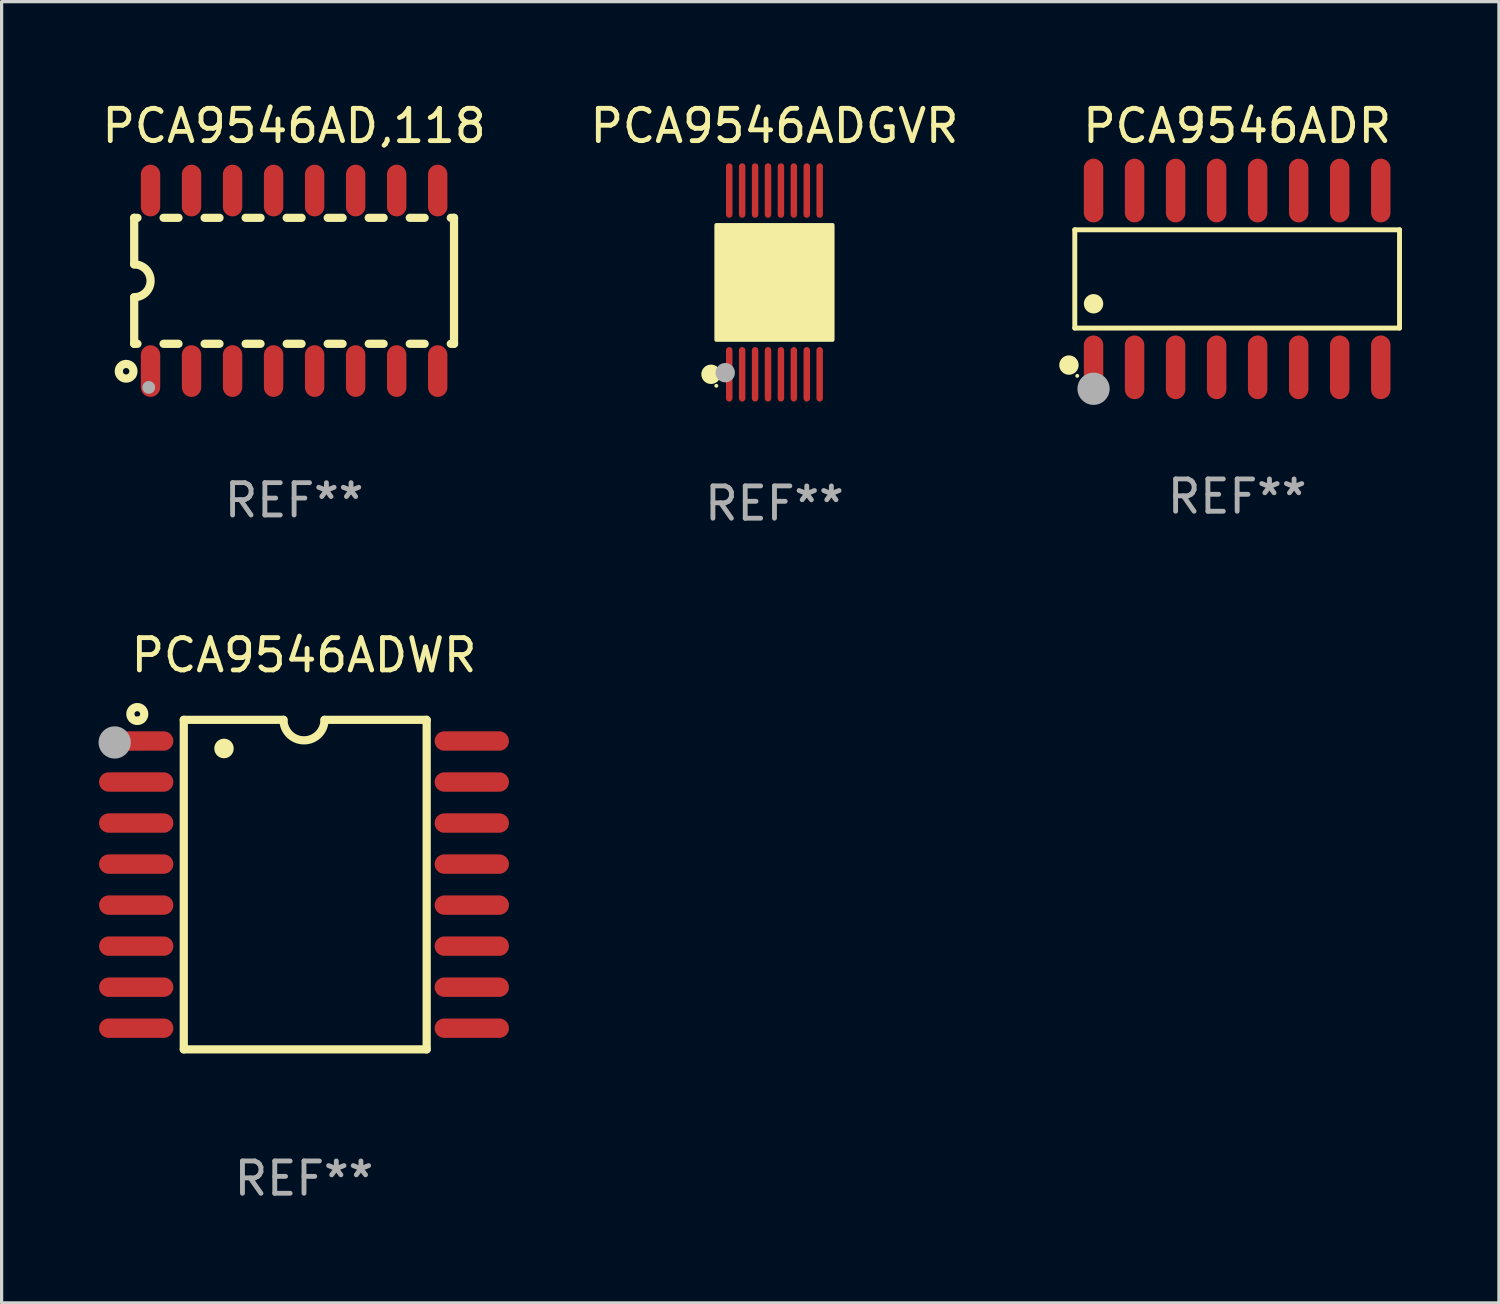
<source format=kicad_pcb>
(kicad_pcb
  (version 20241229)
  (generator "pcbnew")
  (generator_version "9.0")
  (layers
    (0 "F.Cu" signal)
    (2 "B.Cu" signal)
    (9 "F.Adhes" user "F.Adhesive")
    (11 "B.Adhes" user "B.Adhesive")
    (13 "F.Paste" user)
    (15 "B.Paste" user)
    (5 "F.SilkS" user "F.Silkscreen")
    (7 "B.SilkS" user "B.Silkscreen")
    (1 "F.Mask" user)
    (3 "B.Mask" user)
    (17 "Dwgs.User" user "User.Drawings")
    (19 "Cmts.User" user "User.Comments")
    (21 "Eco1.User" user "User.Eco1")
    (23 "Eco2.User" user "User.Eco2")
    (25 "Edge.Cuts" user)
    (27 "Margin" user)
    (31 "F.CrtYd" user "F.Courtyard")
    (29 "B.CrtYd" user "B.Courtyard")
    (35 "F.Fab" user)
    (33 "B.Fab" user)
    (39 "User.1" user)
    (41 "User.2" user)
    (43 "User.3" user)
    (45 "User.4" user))
  (footprint "PCA9546AD,118"
    (layer "F.Cu")
    (at 6.054 5.642)
    (property "Reference" "PCA9546AD,118" (at 0 -4.794 0) (layer "F.SilkS") (effects (font (size 1 1) (thickness 0.15))))
    (attr through_hole)
    (fp_line (start -4.95 -1.95) (end -4.95 -0.508) (stroke (width 0.254) (type solid)) (layer "F.SilkS"))
    (fp_line (start -4.95 -1.95) (end -4.849 -1.95) (stroke (width 0.254) (type solid)) (layer "F.SilkS"))
    (fp_line (start -4.95 1.95) (end -4.95 0.508) (stroke (width 0.254) (type solid)) (layer "F.SilkS"))
    (fp_line (start -4.95 1.95) (end -4.849 1.95) (stroke (width 0.254) (type solid)) (layer "F.SilkS"))
    (fp_line (start -4.041 -1.95) (end -3.579 -1.95) (stroke (width 0.254) (type solid)) (layer "F.SilkS"))
    (fp_line (start -4.041 1.95) (end -3.579 1.95) (stroke (width 0.254) (type solid)) (layer "F.SilkS"))
    (fp_line (start -2.771 -1.95) (end -2.309 -1.95) (stroke (width 0.254) (type solid)) (layer "F.SilkS"))
    (fp_line (start -2.771 1.95) (end -2.309 1.95) (stroke (width 0.254) (type solid)) (layer "F.SilkS"))
    (fp_line (start -1.501 -1.95) (end -1.039 -1.95) (stroke (width 0.254) (type solid)) (layer "F.SilkS"))
    (fp_line (start -1.501 1.95) (end -1.039 1.95) (stroke (width 0.254) (type solid)) (layer "F.SilkS"))
    (fp_line (start -0.231 -1.95) (end 0.231 -1.95) (stroke (width 0.254) (type solid)) (layer "F.SilkS"))
    (fp_line (start -0.231 1.95) (end 0.231 1.95) (stroke (width 0.254) (type solid)) (layer "F.SilkS"))
    (fp_line (start 1.039 -1.95) (end 1.501 -1.95) (stroke (width 0.254) (type solid)) (layer "F.SilkS"))
    (fp_line (start 1.039 1.95) (end 1.501 1.95) (stroke (width 0.254) (type solid)) (layer "F.SilkS"))
    (fp_line (start 2.309 -1.95) (end 2.771 -1.95) (stroke (width 0.254) (type solid)) (layer "F.SilkS"))
    (fp_line (start 2.309 1.95) (end 2.771 1.95) (stroke (width 0.254) (type solid)) (layer "F.SilkS"))
    (fp_line (start 3.579 -1.95) (end 4.041 -1.95) (stroke (width 0.254) (type solid)) (layer "F.SilkS"))
    (fp_line (start 3.579 1.95) (end 4.041 1.95) (stroke (width 0.254) (type solid)) (layer "F.SilkS"))
    (fp_line (start 4.849 -1.95) (end 4.95 -1.95) (stroke (width 0.254) (type solid)) (layer "F.SilkS"))
    (fp_line (start 4.849 1.95) (end 4.95 1.95) (stroke (width 0.254) (type solid)) (layer "F.SilkS"))
    (fp_line (start 4.95 -1.95) (end 4.95 1.95) (stroke (width 0.254) (type solid)) (layer "F.SilkS"))
    (fp_arc (start -4.95047 -0.508001) (mid -4.442469 -0.000228) (end -4.950013 0.508001) (stroke (width 0.254001) (type solid)) (layer "F.SilkS"))
    (fp_circle (center -5.2 2.8) (end -5.1 2.8) (stroke (width 0.254) (type solid)) (fill no) (layer "F.SilkS"))
    (fp_circle (center -4.95 2.947) (end -4.92 2.947) (stroke (width 0.06) (type solid)) (fill no) (layer "F.SilkS"))
    (fp_circle (center -4.5 3.3) (end -4.4 3.3) (stroke (width 0.2) (type solid)) (fill no) (layer "F.Fab"))
    (fp_text user "REF**" (at 0 6.794 0) (layer "F.Fab") (effects (font (size 1 1) (thickness 0.15))))
    (pad "1" smd oval (at -4.445 2.794) (size 0.6 1.6) (layers "F.Cu" "F.Mask" "F.Paste"))
    (pad "2" smd oval (at -3.175 2.794) (size 0.6 1.6) (layers "F.Cu" "F.Mask" "F.Paste"))
    (pad "3" smd oval (at -1.905 2.794) (size 0.6 1.6) (layers "F.Cu" "F.Mask" "F.Paste"))
    (pad "4" smd oval (at -0.635 2.794) (size 0.6 1.6) (layers "F.Cu" "F.Mask" "F.Paste"))
    (pad "5" smd oval (at 0.635 2.794) (size 0.6 1.6) (layers "F.Cu" "F.Mask" "F.Paste"))
    (pad "6" smd oval (at 1.905 2.794) (size 0.6 1.6) (layers "F.Cu" "F.Mask" "F.Paste"))
    (pad "7" smd oval (at 3.175 2.794) (size 0.6 1.6) (layers "F.Cu" "F.Mask" "F.Paste"))
    (pad "8" smd oval (at 4.445 2.794) (size 0.6 1.6) (layers "F.Cu" "F.Mask" "F.Paste"))
    (pad "9" smd oval (at 4.445 -2.794) (size 0.6 1.6) (layers "F.Cu" "F.Mask" "F.Paste"))
    (pad "10" smd oval (at 3.175 -2.794) (size 0.6 1.6) (layers "F.Cu" "F.Mask" "F.Paste"))
    (pad "11" smd oval (at 1.905 -2.794) (size 0.6 1.6) (layers "F.Cu" "F.Mask" "F.Paste"))
    (pad "12" smd oval (at 0.635 -2.794) (size 0.6 1.6) (layers "F.Cu" "F.Mask" "F.Paste"))
    (pad "13" smd oval (at -0.635 -2.794) (size 0.6 1.6) (layers "F.Cu" "F.Mask" "F.Paste"))
    (pad "14" smd oval (at -1.905 -2.794) (size 0.6 1.6) (layers "F.Cu" "F.Mask" "F.Paste"))
    (pad "15" smd oval (at -3.175 -2.794) (size 0.6 1.6) (layers "F.Cu" "F.Mask" "F.Paste"))
    (pad "16" smd oval (at -4.445 -2.794) (size 0.6 1.6) (layers "F.Cu" "F.Mask" "F.Paste")))
  (footprint "PCA9546ADGVR"
    (layer "F.Cu")
    (at 20.923 5.692)
    (property "Reference" "PCA9546ADGVR" (at 0 -4.844 0) (layer "F.SilkS") (effects (font (size 1 1) (thickness 0.15))))
    (attr through_hole)
    (fp_circle (center -1.964 2.844) (end -1.814 2.844) (stroke (width 0.3) (type solid)) (fill no) (layer "F.SilkS"))
    (fp_circle (center -1.8 3.2) (end -1.77 3.2) (stroke (width 0.06) (type solid)) (fill no) (layer "F.SilkS"))
    (fp_circle (center -1.4 1.019) (end -1.25 1.019) (stroke (width 0.3) (type solid)) (fill no) (layer "F.SilkS"))
    (fp_poly (pts (xy -1.8 -1.778) (xy 1.8 -1.778) (xy 1.8 1.778) (xy -1.8 1.778)) (stroke (width 0.12) (type solid)) (fill yes) (layer "F.SilkS"))
    (fp_circle (center -1.524 2.794) (end -1.374 2.794) (stroke (width 0.3) (type solid)) (fill no) (layer "F.Fab"))
    (fp_text user "REF**" (at 0 6.844 0) (layer "F.Fab") (effects (font (size 1 1) (thickness 0.15))))
    (pad "1" smd oval (at -1.4 2.844) (size 0.2 1.687) (layers "F.Cu" "F.Mask" "F.Paste"))
    (pad "2" smd oval (at -1 2.844) (size 0.2 1.687) (layers "F.Cu" "F.Mask" "F.Paste"))
    (pad "3" smd oval (at -0.6 2.844) (size 0.2 1.687) (layers "F.Cu" "F.Mask" "F.Paste"))
    (pad "4" smd oval (at -0.2 2.844) (size 0.2 1.687) (layers "F.Cu" "F.Mask" "F.Paste"))
    (pad "5" smd oval (at 0.2 2.844) (size 0.2 1.687) (layers "F.Cu" "F.Mask" "F.Paste"))
    (pad "6" smd oval (at 0.6 2.844) (size 0.2 1.687) (layers "F.Cu" "F.Mask" "F.Paste"))
    (pad "7" smd oval (at 1 2.844) (size 0.2 1.687) (layers "F.Cu" "F.Mask" "F.Paste"))
    (pad "8" smd oval (at 1.4 2.844) (size 0.2 1.687) (layers "F.Cu" "F.Mask" "F.Paste"))
    (pad "9" smd oval (at 1.4 -2.844) (size 0.2 1.687) (layers "F.Cu" "F.Mask" "F.Paste"))
    (pad "10" smd oval (at 1 -2.844) (size 0.2 1.687) (layers "F.Cu" "F.Mask" "F.Paste"))
    (pad "11" smd oval (at 0.6 -2.844) (size 0.2 1.687) (layers "F.Cu" "F.Mask" "F.Paste"))
    (pad "12" smd oval (at 0.2 -2.844) (size 0.2 1.687) (layers "F.Cu" "F.Mask" "F.Paste"))
    (pad "13" smd oval (at -0.2 -2.844) (size 0.2 1.687) (layers "F.Cu" "F.Mask" "F.Paste"))
    (pad "14" smd oval (at -0.6 -2.844) (size 0.2 1.687) (layers "F.Cu" "F.Mask" "F.Paste"))
    (pad "15" smd oval (at -1 -2.844) (size 0.2 1.687) (layers "F.Cu" "F.Mask" "F.Paste"))
    (pad "16" smd oval (at -1.4 -2.844) (size 0.2 1.687) (layers "F.Cu" "F.Mask" "F.Paste")))
  (footprint "PCA9546ADR"
    (layer "F.Cu")
    (at 35.245 5.584)
    (property "Reference" "PCA9546ADR" (at 0 -4.736 0) (layer "F.SilkS") (effects (font (size 1 1) (thickness 0.15))))
    (attr through_hole)
    (fp_line (start -5.026 -1.521) (end 5.026 -1.521) (stroke (width 0.152) (type solid)) (layer "F.SilkS"))
    (fp_line (start -5.026 1.521) (end -5.026 -1.521) (stroke (width 0.152) (type solid)) (layer "F.SilkS"))
    (fp_line (start 5.026 -1.521) (end 5.026 1.521) (stroke (width 0.152) (type solid)) (layer "F.SilkS"))
    (fp_line (start 5.026 1.521) (end -5.026 1.521) (stroke (width 0.152) (type solid)) (layer "F.SilkS"))
    (fp_circle (center -5.207 2.667) (end -5.057 2.667) (stroke (width 0.3) (type solid)) (fill no) (layer "F.SilkS"))
    (fp_circle (center -4.95 3) (end -4.92 3) (stroke (width 0.06) (type solid)) (fill no) (layer "F.SilkS"))
    (fp_circle (center -4.445 0.769) (end -4.295 0.769) (stroke (width 0.3) (type solid)) (fill no) (layer "F.SilkS"))
    (fp_circle (center -4.445 3.4) (end -4.195 3.4) (stroke (width 0.5) (type solid)) (fill no) (layer "F.Fab"))
    (fp_text user "REF**" (at 0 6.736 0) (layer "F.Fab") (effects (font (size 1 1) (thickness 0.15))))
    (pad "1" smd oval (at -4.445 2.736) (size 0.602 1.971) (layers "F.Cu" "F.Mask" "F.Paste"))
    (pad "2" smd oval (at -3.175 2.736) (size 0.602 1.971) (layers "F.Cu" "F.Mask" "F.Paste"))
    (pad "3" smd oval (at -1.905 2.736) (size 0.602 1.971) (layers "F.Cu" "F.Mask" "F.Paste"))
    (pad "4" smd oval (at -0.635 2.736) (size 0.602 1.971) (layers "F.Cu" "F.Mask" "F.Paste"))
    (pad "5" smd oval (at 0.635 2.736) (size 0.602 1.971) (layers "F.Cu" "F.Mask" "F.Paste"))
    (pad "6" smd oval (at 1.905 2.736) (size 0.602 1.971) (layers "F.Cu" "F.Mask" "F.Paste"))
    (pad "7" smd oval (at 3.175 2.736) (size 0.602 1.971) (layers "F.Cu" "F.Mask" "F.Paste"))
    (pad "8" smd oval (at 4.445 2.736) (size 0.602 1.971) (layers "F.Cu" "F.Mask" "F.Paste"))
    (pad "9" smd oval (at 4.445 -2.736) (size 0.602 1.971) (layers "F.Cu" "F.Mask" "F.Paste"))
    (pad "10" smd oval (at 3.175 -2.736) (size 0.602 1.971) (layers "F.Cu" "F.Mask" "F.Paste"))
    (pad "11" smd oval (at 1.905 -2.736) (size 0.602 1.971) (layers "F.Cu" "F.Mask" "F.Paste"))
    (pad "12" smd oval (at 0.635 -2.736) (size 0.602 1.971) (layers "F.Cu" "F.Mask" "F.Paste"))
    (pad "13" smd oval (at -0.635 -2.736) (size 0.602 1.971) (layers "F.Cu" "F.Mask" "F.Paste"))
    (pad "14" smd oval (at -1.905 -2.736) (size 0.602 1.971) (layers "F.Cu" "F.Mask" "F.Paste"))
    (pad "15" smd oval (at -3.175 -2.736) (size 0.602 1.971) (layers "F.Cu" "F.Mask" "F.Paste"))
    (pad "16" smd oval (at -4.445 -2.736) (size 0.602 1.971) (layers "F.Cu" "F.Mask" "F.Paste")))
  (footprint "PCA9546ADWR"
    (layer "F.Cu")
    (at 6.36 24.332)
    (property "Reference" "PCA9546ADWR" (at 0 -7.1 0) (layer "F.SilkS") (effects (font (size 1 1) (thickness 0.15))))
    (attr through_hole)
    (fp_line (start -3.721 -5.1) (end -3.721 5.1) (stroke (width 0.254) (type solid)) (layer "F.SilkS"))
    (fp_line (start -3.721 -5.1) (end -0.635 -5.1) (stroke (width 0.254) (type solid)) (layer "F.SilkS"))
    (fp_line (start -3.721 5.1) (end 3.797 5.1) (stroke (width 0.254) (type solid)) (layer "F.SilkS"))
    (fp_line (start 3.797 -5.1) (end 0.635 -5.1) (stroke (width 0.254) (type solid)) (layer "F.SilkS"))
    (fp_line (start 3.797 5.1) (end 3.797 -5.1) (stroke (width 0.254) (type solid)) (layer "F.SilkS"))
    (fp_arc (start -2.476556 -4.211328) (mid -2.476567 -4.213868) (end -2.476556 -4.216408) (stroke (width 0.6) (type solid)) (layer "F.SilkS"))
    (fp_arc (start 0.63495 -5.100076) (mid -0.000178 -4.465329) (end -0.635052 -5.10033) (stroke (width 0.254001) (type solid)) (layer "F.SilkS"))
    (fp_circle (center -5.16 -5.28) (end -4.945 -5.28) (stroke (width 0.254) (type solid)) (fill no) (layer "F.SilkS"))
    (fp_circle (center -5.15 -5.15) (end -5.12 -5.15) (stroke (width 0.06) (type solid)) (fill no) (layer "F.SilkS"))
    (fp_circle (center -5.86 -4.4) (end -5.61 -4.4) (stroke (width 0.5) (type solid)) (fill no) (layer "F.Fab"))
    (fp_text user "REF**" (at 0 9.1 0) (layer "F.Fab") (effects (font (size 1 1) (thickness 0.15))))
    (pad "1" smd oval (at -5.194 -4.445) (size 2.3 0.6) (layers "F.Cu" "F.Mask" "F.Paste"))
    (pad "2" smd oval (at -5.194 -3.175) (size 2.3 0.6) (layers "F.Cu" "F.Mask" "F.Paste"))
    (pad "3" smd oval (at -5.194 -1.905) (size 2.3 0.6) (layers "F.Cu" "F.Mask" "F.Paste"))
    (pad "4" smd oval (at -5.194 -0.635) (size 2.3 0.6) (layers "F.Cu" "F.Mask" "F.Paste"))
    (pad "5" smd oval (at -5.194 0.635) (size 2.3 0.6) (layers "F.Cu" "F.Mask" "F.Paste"))
    (pad "6" smd oval (at -5.194 1.905) (size 2.3 0.6) (layers "F.Cu" "F.Mask" "F.Paste"))
    (pad "7" smd oval (at -5.194 3.175) (size 2.3 0.6) (layers "F.Cu" "F.Mask" "F.Paste"))
    (pad "8" smd oval (at -5.194 4.445) (size 2.3 0.6) (layers "F.Cu" "F.Mask" "F.Paste"))
    (pad "9" smd oval (at 5.194 4.445) (size 2.3 0.6) (layers "F.Cu" "F.Mask" "F.Paste"))
    (pad "10" smd oval (at 5.194 3.175) (size 2.3 0.6) (layers "F.Cu" "F.Mask" "F.Paste"))
    (pad "11" smd oval (at 5.194 1.905) (size 2.3 0.6) (layers "F.Cu" "F.Mask" "F.Paste"))
    (pad "12" smd oval (at 5.194 0.635) (size 2.3 0.6) (layers "F.Cu" "F.Mask" "F.Paste"))
    (pad "13" smd oval (at 5.194 -0.635) (size 2.3 0.6) (layers "F.Cu" "F.Mask" "F.Paste"))
    (pad "14" smd oval (at 5.194 -1.905) (size 2.3 0.6) (layers "F.Cu" "F.Mask" "F.Paste"))
    (pad "15" smd oval (at 5.194 -3.175) (size 2.3 0.6) (layers "F.Cu" "F.Mask" "F.Paste"))
    (pad "16" smd oval (at 5.194 -4.445) (size 2.3 0.6) (layers "F.Cu" "F.Mask" "F.Paste")))
  (gr_rect
    (start -3 -3)
    (end 43.348 37.28)
    (stroke (width 0.1) (type default))
    (fill no)
    (layer "Edge.Cuts")))
</source>
